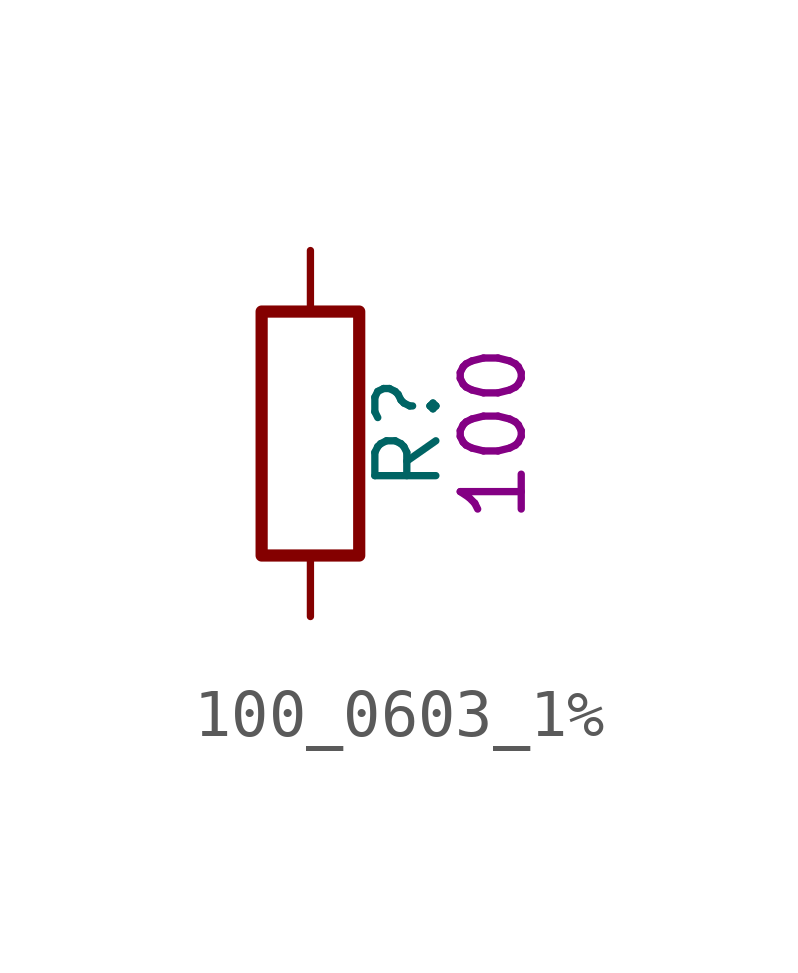
<source format=kicad_sym>
(kicad_symbol_lib
  (version 20220914)
  (generator kicad_symbol_editor)
  (symbol "100_0603_1%"
    (pin_numbers hide)
    (pin_names
      (offset 0))
    (property "Reference" "R"
      (at 2.032 0 90)
      (effects (font (size 1.27 1.27))))
    (property "UserValue" "100"
      (at 3.81 0 90)
      (effects (font (size 1.27 1.27))))
    (symbol "100_0603_1%_0_1"
      (rectangle (start -1.016 -2.54) (end 1.016 2.54) (stroke (width 0.254) (type default)) (fill (type none))))
    (symbol "100_0603_1%_1_1"
      (pin passive line (at 0 3.81 270) (length 1.27) (name "~" (effects (font (size 1.27 1.27)))) (number "1" (effects (font (size 1.27 1.27)))))
      (pin passive line (at 0 -3.81 90) (length 1.27) (name "~" (effects (font (size 1.27 1.27)))) (number "2" (effects (font (size 1.27 1.27))))))))
</source>
